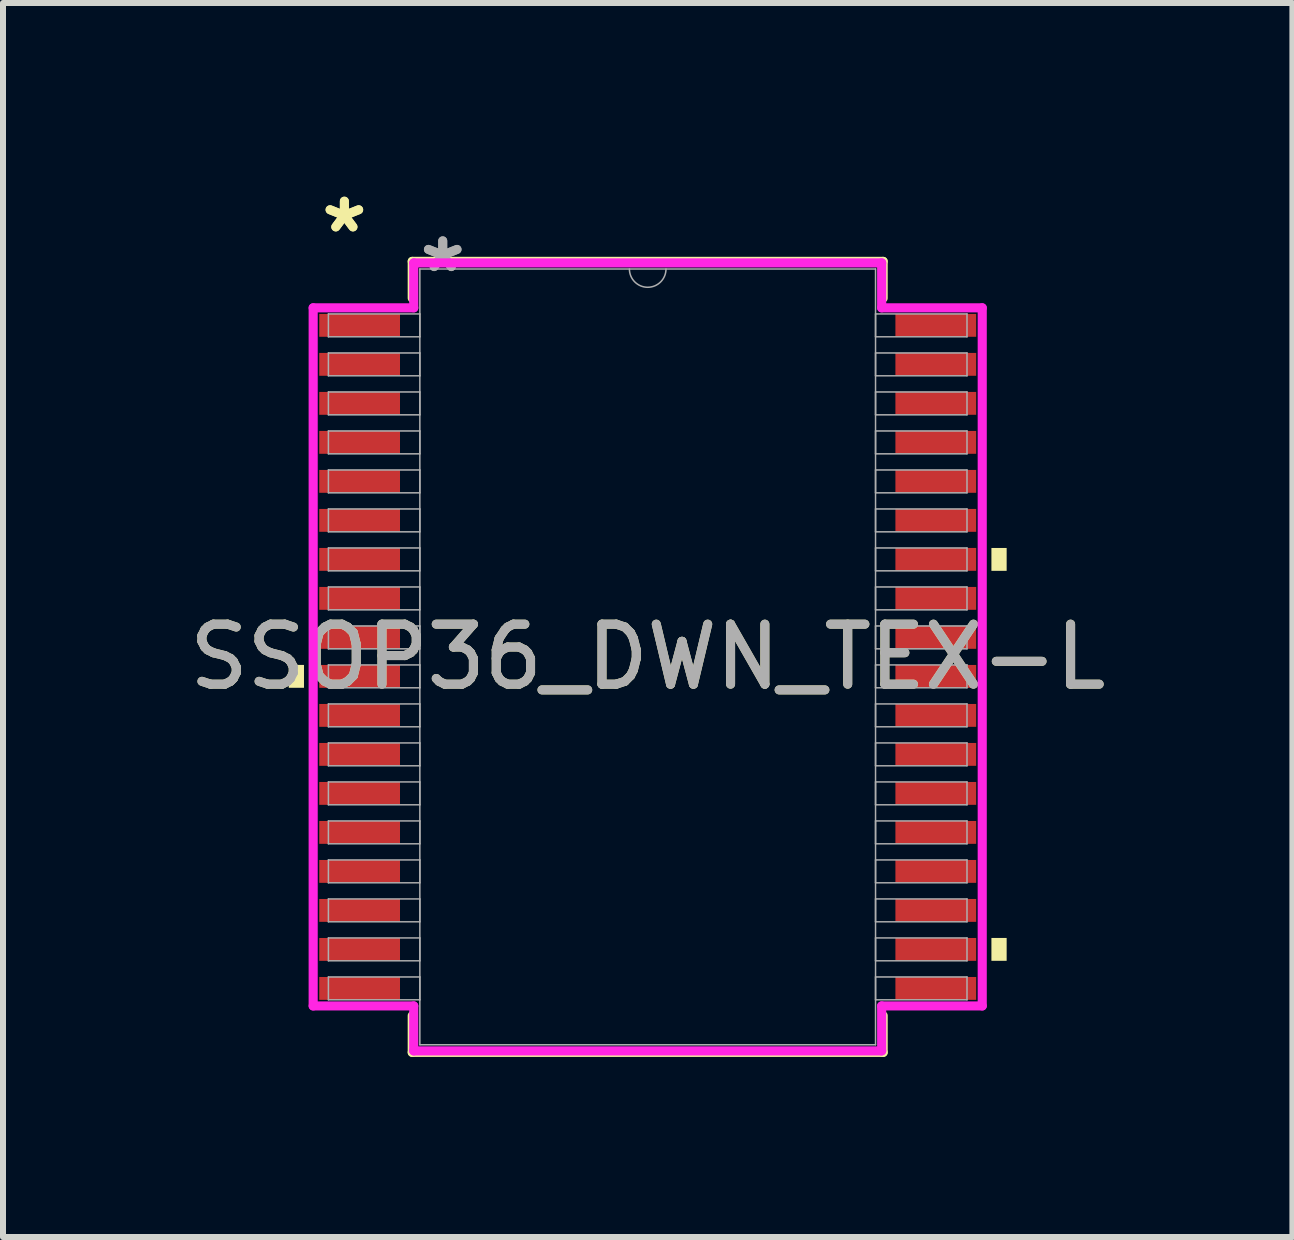
<source format=kicad_pcb>
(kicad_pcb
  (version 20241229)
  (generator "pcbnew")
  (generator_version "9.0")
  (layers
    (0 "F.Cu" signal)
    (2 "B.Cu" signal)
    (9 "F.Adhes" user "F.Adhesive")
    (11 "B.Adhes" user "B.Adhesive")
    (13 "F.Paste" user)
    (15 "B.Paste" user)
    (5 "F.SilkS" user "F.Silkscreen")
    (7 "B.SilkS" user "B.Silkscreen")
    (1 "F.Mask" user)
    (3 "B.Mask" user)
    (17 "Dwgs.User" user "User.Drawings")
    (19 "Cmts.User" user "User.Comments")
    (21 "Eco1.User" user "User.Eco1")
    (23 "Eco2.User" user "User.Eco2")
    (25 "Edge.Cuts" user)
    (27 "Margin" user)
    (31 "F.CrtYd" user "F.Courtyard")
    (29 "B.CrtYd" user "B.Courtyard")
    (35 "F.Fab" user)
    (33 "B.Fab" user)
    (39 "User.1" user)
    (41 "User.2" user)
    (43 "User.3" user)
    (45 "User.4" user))
  (footprint "SSOP36_DWN_TEX-L"
    (layer "F.Cu")
    (at 7.744 7.897)
    (property "Reference" "SSOP36_DWN_TEX-L" (at 0 0 0) (unlocked yes) (layer "F.SilkS") (effects (font (size 1 1) (thickness 0.15))))
    (attr smd)
    (fp_line (start -3.924 -6.591) (end -3.924 -5.979) (stroke (width 0.152) (type solid)) (layer "F.SilkS"))
    (fp_line (start -3.924 5.979) (end -3.924 6.591) (stroke (width 0.152) (type solid)) (layer "F.SilkS"))
    (fp_line (start -3.924 6.591) (end 3.924 6.591) (stroke (width 0.152) (type solid)) (layer "F.SilkS"))
    (fp_line (start 3.924 -6.591) (end -3.924 -6.591) (stroke (width 0.152) (type solid)) (layer "F.SilkS"))
    (fp_line (start 3.924 -5.979) (end 3.924 -6.591) (stroke (width 0.152) (type solid)) (layer "F.SilkS"))
    (fp_line (start 3.924 6.591) (end 3.924 5.979) (stroke (width 0.152) (type solid)) (layer "F.SilkS"))
    (fp_poly (pts (xy -5.982 0.134) (xy -5.982 0.515) (xy -5.728 0.515) (xy -5.728 0.134)) (stroke (width 0) (type solid)) (fill yes) (layer "F.SilkS"))
    (fp_poly (pts (xy 5.982 -1.815) (xy 5.982 -1.434) (xy 5.728 -1.434) (xy 5.728 -1.815)) (stroke (width 0) (type solid)) (fill yes) (layer "F.SilkS"))
    (fp_poly (pts (xy 5.982 4.684) (xy 5.982 5.065) (xy 5.728 5.065) (xy 5.728 4.684)) (stroke (width 0) (type solid)) (fill yes) (layer "F.SilkS"))
    (fp_line (start -5.575 -5.817) (end -3.899 -5.817) (stroke (width 0.152) (type solid)) (layer "F.CrtYd"))
    (fp_line (start -5.575 5.817) (end -5.575 -5.817) (stroke (width 0.152) (type solid)) (layer "F.CrtYd"))
    (fp_line (start -5.575 5.817) (end -3.899 5.817) (stroke (width 0.152) (type solid)) (layer "F.CrtYd"))
    (fp_line (start -3.899 -6.566) (end 3.899 -6.566) (stroke (width 0.152) (type solid)) (layer "F.CrtYd"))
    (fp_line (start -3.899 -5.817) (end -3.899 -6.566) (stroke (width 0.152) (type solid)) (layer "F.CrtYd"))
    (fp_line (start -3.899 6.566) (end -3.899 5.817) (stroke (width 0.152) (type solid)) (layer "F.CrtYd"))
    (fp_line (start 3.899 -6.566) (end 3.899 -5.817) (stroke (width 0.152) (type solid)) (layer "F.CrtYd"))
    (fp_line (start 3.899 5.817) (end 3.899 6.566) (stroke (width 0.152) (type solid)) (layer "F.CrtYd"))
    (fp_line (start 3.899 6.566) (end -3.899 6.566) (stroke (width 0.152) (type solid)) (layer "F.CrtYd"))
    (fp_line (start 5.575 -5.817) (end 3.899 -5.817) (stroke (width 0.152) (type solid)) (layer "F.CrtYd"))
    (fp_line (start 5.575 -5.817) (end 5.575 5.817) (stroke (width 0.152) (type solid)) (layer "F.CrtYd"))
    (fp_line (start 5.575 5.817) (end 3.899 5.817) (stroke (width 0.152) (type solid)) (layer "F.CrtYd"))
    (fp_line (start -5.321 -5.715) (end -5.321 -5.334) (stroke (width 0.025) (type solid)) (layer "F.Fab"))
    (fp_line (start -5.321 -5.334) (end -3.797 -5.334) (stroke (width 0.025) (type solid)) (layer "F.Fab"))
    (fp_line (start -5.321 -5.065) (end -5.321 -4.684) (stroke (width 0.025) (type solid)) (layer "F.Fab"))
    (fp_line (start -5.321 -4.684) (end -3.797 -4.684) (stroke (width 0.025) (type solid)) (layer "F.Fab"))
    (fp_line (start -5.321 -4.415) (end -5.321 -4.034) (stroke (width 0.025) (type solid)) (layer "F.Fab"))
    (fp_line (start -5.321 -4.034) (end -3.797 -4.034) (stroke (width 0.025) (type solid)) (layer "F.Fab"))
    (fp_line (start -5.321 -3.765) (end -5.321 -3.384) (stroke (width 0.025) (type solid)) (layer "F.Fab"))
    (fp_line (start -5.321 -3.384) (end -3.797 -3.384) (stroke (width 0.025) (type solid)) (layer "F.Fab"))
    (fp_line (start -5.321 -3.115) (end -5.321 -2.734) (stroke (width 0.025) (type solid)) (layer "F.Fab"))
    (fp_line (start -5.321 -2.734) (end -3.797 -2.734) (stroke (width 0.025) (type solid)) (layer "F.Fab"))
    (fp_line (start -5.321 -2.465) (end -5.321 -2.084) (stroke (width 0.025) (type solid)) (layer "F.Fab"))
    (fp_line (start -5.321 -2.084) (end -3.797 -2.084) (stroke (width 0.025) (type solid)) (layer "F.Fab"))
    (fp_line (start -5.321 -1.815) (end -5.321 -1.434) (stroke (width 0.025) (type solid)) (layer "F.Fab"))
    (fp_line (start -5.321 -1.434) (end -3.797 -1.434) (stroke (width 0.025) (type solid)) (layer "F.Fab"))
    (fp_line (start -5.321 -1.165) (end -5.321 -0.784) (stroke (width 0.025) (type solid)) (layer "F.Fab"))
    (fp_line (start -5.321 -0.784) (end -3.797 -0.784) (stroke (width 0.025) (type solid)) (layer "F.Fab"))
    (fp_line (start -5.321 -0.515) (end -5.321 -0.134) (stroke (width 0.025) (type solid)) (layer "F.Fab"))
    (fp_line (start -5.321 -0.134) (end -3.797 -0.134) (stroke (width 0.025) (type solid)) (layer "F.Fab"))
    (fp_line (start -5.321 0.134) (end -5.321 0.515) (stroke (width 0.025) (type solid)) (layer "F.Fab"))
    (fp_line (start -5.321 0.515) (end -3.797 0.515) (stroke (width 0.025) (type solid)) (layer "F.Fab"))
    (fp_line (start -5.321 0.784) (end -5.321 1.165) (stroke (width 0.025) (type solid)) (layer "F.Fab"))
    (fp_line (start -5.321 1.165) (end -3.797 1.165) (stroke (width 0.025) (type solid)) (layer "F.Fab"))
    (fp_line (start -5.321 1.434) (end -5.321 1.815) (stroke (width 0.025) (type solid)) (layer "F.Fab"))
    (fp_line (start -5.321 1.815) (end -3.797 1.815) (stroke (width 0.025) (type solid)) (layer "F.Fab"))
    (fp_line (start -5.321 2.084) (end -5.321 2.465) (stroke (width 0.025) (type solid)) (layer "F.Fab"))
    (fp_line (start -5.321 2.465) (end -3.797 2.465) (stroke (width 0.025) (type solid)) (layer "F.Fab"))
    (fp_line (start -5.321 2.734) (end -5.321 3.115) (stroke (width 0.025) (type solid)) (layer "F.Fab"))
    (fp_line (start -5.321 3.115) (end -3.797 3.115) (stroke (width 0.025) (type solid)) (layer "F.Fab"))
    (fp_line (start -5.321 3.384) (end -5.321 3.765) (stroke (width 0.025) (type solid)) (layer "F.Fab"))
    (fp_line (start -5.321 3.765) (end -3.797 3.765) (stroke (width 0.025) (type solid)) (layer "F.Fab"))
    (fp_line (start -5.321 4.034) (end -5.321 4.415) (stroke (width 0.025) (type solid)) (layer "F.Fab"))
    (fp_line (start -5.321 4.415) (end -3.797 4.415) (stroke (width 0.025) (type solid)) (layer "F.Fab"))
    (fp_line (start -5.321 4.684) (end -5.321 5.065) (stroke (width 0.025) (type solid)) (layer "F.Fab"))
    (fp_line (start -5.321 5.065) (end -3.797 5.065) (stroke (width 0.025) (type solid)) (layer "F.Fab"))
    (fp_line (start -5.321 5.334) (end -5.321 5.715) (stroke (width 0.025) (type solid)) (layer "F.Fab"))
    (fp_line (start -5.321 5.715) (end -3.797 5.715) (stroke (width 0.025) (type solid)) (layer "F.Fab"))
    (fp_line (start -3.797 -6.464) (end -3.797 6.464) (stroke (width 0.025) (type solid)) (layer "F.Fab"))
    (fp_line (start -3.797 -5.715) (end -5.321 -5.715) (stroke (width 0.025) (type solid)) (layer "F.Fab"))
    (fp_line (start -3.797 -5.334) (end -3.797 -5.715) (stroke (width 0.025) (type solid)) (layer "F.Fab"))
    (fp_line (start -3.797 -5.065) (end -5.321 -5.065) (stroke (width 0.025) (type solid)) (layer "F.Fab"))
    (fp_line (start -3.797 -4.684) (end -3.797 -5.065) (stroke (width 0.025) (type solid)) (layer "F.Fab"))
    (fp_line (start -3.797 -4.415) (end -5.321 -4.415) (stroke (width 0.025) (type solid)) (layer "F.Fab"))
    (fp_line (start -3.797 -4.034) (end -3.797 -4.415) (stroke (width 0.025) (type solid)) (layer "F.Fab"))
    (fp_line (start -3.797 -3.765) (end -5.321 -3.765) (stroke (width 0.025) (type solid)) (layer "F.Fab"))
    (fp_line (start -3.797 -3.384) (end -3.797 -3.765) (stroke (width 0.025) (type solid)) (layer "F.Fab"))
    (fp_line (start -3.797 -3.115) (end -5.321 -3.115) (stroke (width 0.025) (type solid)) (layer "F.Fab"))
    (fp_line (start -3.797 -2.734) (end -3.797 -3.115) (stroke (width 0.025) (type solid)) (layer "F.Fab"))
    (fp_line (start -3.797 -2.465) (end -5.321 -2.465) (stroke (width 0.025) (type solid)) (layer "F.Fab"))
    (fp_line (start -3.797 -2.084) (end -3.797 -2.465) (stroke (width 0.025) (type solid)) (layer "F.Fab"))
    (fp_line (start -3.797 -1.815) (end -5.321 -1.815) (stroke (width 0.025) (type solid)) (layer "F.Fab"))
    (fp_line (start -3.797 -1.434) (end -3.797 -1.815) (stroke (width 0.025) (type solid)) (layer "F.Fab"))
    (fp_line (start -3.797 -1.165) (end -5.321 -1.165) (stroke (width 0.025) (type solid)) (layer "F.Fab"))
    (fp_line (start -3.797 -0.784) (end -3.797 -1.165) (stroke (width 0.025) (type solid)) (layer "F.Fab"))
    (fp_line (start -3.797 -0.515) (end -5.321 -0.515) (stroke (width 0.025) (type solid)) (layer "F.Fab"))
    (fp_line (start -3.797 -0.134) (end -3.797 -0.515) (stroke (width 0.025) (type solid)) (layer "F.Fab"))
    (fp_line (start -3.797 0.134) (end -5.321 0.134) (stroke (width 0.025) (type solid)) (layer "F.Fab"))
    (fp_line (start -3.797 0.515) (end -3.797 0.134) (stroke (width 0.025) (type solid)) (layer "F.Fab"))
    (fp_line (start -3.797 0.784) (end -5.321 0.784) (stroke (width 0.025) (type solid)) (layer "F.Fab"))
    (fp_line (start -3.797 1.165) (end -3.797 0.784) (stroke (width 0.025) (type solid)) (layer "F.Fab"))
    (fp_line (start -3.797 1.434) (end -5.321 1.434) (stroke (width 0.025) (type solid)) (layer "F.Fab"))
    (fp_line (start -3.797 1.815) (end -3.797 1.434) (stroke (width 0.025) (type solid)) (layer "F.Fab"))
    (fp_line (start -3.797 2.084) (end -5.321 2.084) (stroke (width 0.025) (type solid)) (layer "F.Fab"))
    (fp_line (start -3.797 2.465) (end -3.797 2.084) (stroke (width 0.025) (type solid)) (layer "F.Fab"))
    (fp_line (start -3.797 2.734) (end -5.321 2.734) (stroke (width 0.025) (type solid)) (layer "F.Fab"))
    (fp_line (start -3.797 3.115) (end -3.797 2.734) (stroke (width 0.025) (type solid)) (layer "F.Fab"))
    (fp_line (start -3.797 3.384) (end -5.321 3.384) (stroke (width 0.025) (type solid)) (layer "F.Fab"))
    (fp_line (start -3.797 3.765) (end -3.797 3.384) (stroke (width 0.025) (type solid)) (layer "F.Fab"))
    (fp_line (start -3.797 4.034) (end -5.321 4.034) (stroke (width 0.025) (type solid)) (layer "F.Fab"))
    (fp_line (start -3.797 4.415) (end -3.797 4.034) (stroke (width 0.025) (type solid)) (layer "F.Fab"))
    (fp_line (start -3.797 4.684) (end -5.321 4.684) (stroke (width 0.025) (type solid)) (layer "F.Fab"))
    (fp_line (start -3.797 5.065) (end -3.797 4.684) (stroke (width 0.025) (type solid)) (layer "F.Fab"))
    (fp_line (start -3.797 5.334) (end -5.321 5.334) (stroke (width 0.025) (type solid)) (layer "F.Fab"))
    (fp_line (start -3.797 5.715) (end -3.797 5.334) (stroke (width 0.025) (type solid)) (layer "F.Fab"))
    (fp_line (start -3.797 6.464) (end 3.797 6.464) (stroke (width 0.025) (type solid)) (layer "F.Fab"))
    (fp_line (start 3.797 -6.464) (end -3.797 -6.464) (stroke (width 0.025) (type solid)) (layer "F.Fab"))
    (fp_line (start 3.797 -5.715) (end 3.797 -5.334) (stroke (width 0.025) (type solid)) (layer "F.Fab"))
    (fp_line (start 3.797 -5.334) (end 5.321 -5.334) (stroke (width 0.025) (type solid)) (layer "F.Fab"))
    (fp_line (start 3.797 -5.065) (end 3.797 -4.684) (stroke (width 0.025) (type solid)) (layer "F.Fab"))
    (fp_line (start 3.797 -4.684) (end 5.321 -4.684) (stroke (width 0.025) (type solid)) (layer "F.Fab"))
    (fp_line (start 3.797 -4.415) (end 3.797 -4.034) (stroke (width 0.025) (type solid)) (layer "F.Fab"))
    (fp_line (start 3.797 -4.034) (end 5.321 -4.034) (stroke (width 0.025) (type solid)) (layer "F.Fab"))
    (fp_line (start 3.797 -3.765) (end 3.797 -3.384) (stroke (width 0.025) (type solid)) (layer "F.Fab"))
    (fp_line (start 3.797 -3.384) (end 5.321 -3.384) (stroke (width 0.025) (type solid)) (layer "F.Fab"))
    (fp_line (start 3.797 -3.115) (end 3.797 -2.734) (stroke (width 0.025) (type solid)) (layer "F.Fab"))
    (fp_line (start 3.797 -2.734) (end 5.321 -2.734) (stroke (width 0.025) (type solid)) (layer "F.Fab"))
    (fp_line (start 3.797 -2.465) (end 3.797 -2.084) (stroke (width 0.025) (type solid)) (layer "F.Fab"))
    (fp_line (start 3.797 -2.084) (end 5.321 -2.084) (stroke (width 0.025) (type solid)) (layer "F.Fab"))
    (fp_line (start 3.797 -1.815) (end 3.797 -1.434) (stroke (width 0.025) (type solid)) (layer "F.Fab"))
    (fp_line (start 3.797 -1.434) (end 5.321 -1.434) (stroke (width 0.025) (type solid)) (layer "F.Fab"))
    (fp_line (start 3.797 -1.165) (end 3.797 -0.784) (stroke (width 0.025) (type solid)) (layer "F.Fab"))
    (fp_line (start 3.797 -0.784) (end 5.321 -0.784) (stroke (width 0.025) (type solid)) (layer "F.Fab"))
    (fp_line (start 3.797 -0.515) (end 3.797 -0.134) (stroke (width 0.025) (type solid)) (layer "F.Fab"))
    (fp_line (start 3.797 -0.134) (end 5.321 -0.134) (stroke (width 0.025) (type solid)) (layer "F.Fab"))
    (fp_line (start 3.797 0.134) (end 3.797 0.515) (stroke (width 0.025) (type solid)) (layer "F.Fab"))
    (fp_line (start 3.797 0.515) (end 5.321 0.515) (stroke (width 0.025) (type solid)) (layer "F.Fab"))
    (fp_line (start 3.797 0.784) (end 3.797 1.165) (stroke (width 0.025) (type solid)) (layer "F.Fab"))
    (fp_line (start 3.797 1.165) (end 5.321 1.165) (stroke (width 0.025) (type solid)) (layer "F.Fab"))
    (fp_line (start 3.797 1.434) (end 3.797 1.815) (stroke (width 0.025) (type solid)) (layer "F.Fab"))
    (fp_line (start 3.797 1.815) (end 5.321 1.815) (stroke (width 0.025) (type solid)) (layer "F.Fab"))
    (fp_line (start 3.797 2.084) (end 3.797 2.465) (stroke (width 0.025) (type solid)) (layer "F.Fab"))
    (fp_line (start 3.797 2.465) (end 5.321 2.465) (stroke (width 0.025) (type solid)) (layer "F.Fab"))
    (fp_line (start 3.797 2.734) (end 3.797 3.115) (stroke (width 0.025) (type solid)) (layer "F.Fab"))
    (fp_line (start 3.797 3.115) (end 5.321 3.115) (stroke (width 0.025) (type solid)) (layer "F.Fab"))
    (fp_line (start 3.797 3.384) (end 3.797 3.765) (stroke (width 0.025) (type solid)) (layer "F.Fab"))
    (fp_line (start 3.797 3.765) (end 5.321 3.765) (stroke (width 0.025) (type solid)) (layer "F.Fab"))
    (fp_line (start 3.797 4.034) (end 3.797 4.415) (stroke (width 0.025) (type solid)) (layer "F.Fab"))
    (fp_line (start 3.797 4.415) (end 5.321 4.415) (stroke (width 0.025) (type solid)) (layer "F.Fab"))
    (fp_line (start 3.797 4.684) (end 3.797 5.065) (stroke (width 0.025) (type solid)) (layer "F.Fab"))
    (fp_line (start 3.797 5.065) (end 5.321 5.065) (stroke (width 0.025) (type solid)) (layer "F.Fab"))
    (fp_line (start 3.797 5.334) (end 3.797 5.715) (stroke (width 0.025) (type solid)) (layer "F.Fab"))
    (fp_line (start 3.797 5.715) (end 5.321 5.715) (stroke (width 0.025) (type solid)) (layer "F.Fab"))
    (fp_line (start 3.797 6.464) (end 3.797 -6.464) (stroke (width 0.025) (type solid)) (layer "F.Fab"))
    (fp_line (start 5.321 -5.715) (end 3.797 -5.715) (stroke (width 0.025) (type solid)) (layer "F.Fab"))
    (fp_line (start 5.321 -5.334) (end 5.321 -5.715) (stroke (width 0.025) (type solid)) (layer "F.Fab"))
    (fp_line (start 5.321 -5.065) (end 3.797 -5.065) (stroke (width 0.025) (type solid)) (layer "F.Fab"))
    (fp_line (start 5.321 -4.684) (end 5.321 -5.065) (stroke (width 0.025) (type solid)) (layer "F.Fab"))
    (fp_line (start 5.321 -4.415) (end 3.797 -4.415) (stroke (width 0.025) (type solid)) (layer "F.Fab"))
    (fp_line (start 5.321 -4.034) (end 5.321 -4.415) (stroke (width 0.025) (type solid)) (layer "F.Fab"))
    (fp_line (start 5.321 -3.765) (end 3.797 -3.765) (stroke (width 0.025) (type solid)) (layer "F.Fab"))
    (fp_line (start 5.321 -3.384) (end 5.321 -3.765) (stroke (width 0.025) (type solid)) (layer "F.Fab"))
    (fp_line (start 5.321 -3.115) (end 3.797 -3.115) (stroke (width 0.025) (type solid)) (layer "F.Fab"))
    (fp_line (start 5.321 -2.734) (end 5.321 -3.115) (stroke (width 0.025) (type solid)) (layer "F.Fab"))
    (fp_line (start 5.321 -2.465) (end 3.797 -2.465) (stroke (width 0.025) (type solid)) (layer "F.Fab"))
    (fp_line (start 5.321 -2.084) (end 5.321 -2.465) (stroke (width 0.025) (type solid)) (layer "F.Fab"))
    (fp_line (start 5.321 -1.815) (end 3.797 -1.815) (stroke (width 0.025) (type solid)) (layer "F.Fab"))
    (fp_line (start 5.321 -1.434) (end 5.321 -1.815) (stroke (width 0.025) (type solid)) (layer "F.Fab"))
    (fp_line (start 5.321 -1.165) (end 3.797 -1.165) (stroke (width 0.025) (type solid)) (layer "F.Fab"))
    (fp_line (start 5.321 -0.784) (end 5.321 -1.165) (stroke (width 0.025) (type solid)) (layer "F.Fab"))
    (fp_line (start 5.321 -0.515) (end 3.797 -0.515) (stroke (width 0.025) (type solid)) (layer "F.Fab"))
    (fp_line (start 5.321 -0.134) (end 5.321 -0.515) (stroke (width 0.025) (type solid)) (layer "F.Fab"))
    (fp_line (start 5.321 0.134) (end 3.797 0.134) (stroke (width 0.025) (type solid)) (layer "F.Fab"))
    (fp_line (start 5.321 0.515) (end 5.321 0.134) (stroke (width 0.025) (type solid)) (layer "F.Fab"))
    (fp_line (start 5.321 0.784) (end 3.797 0.784) (stroke (width 0.025) (type solid)) (layer "F.Fab"))
    (fp_line (start 5.321 1.165) (end 5.321 0.784) (stroke (width 0.025) (type solid)) (layer "F.Fab"))
    (fp_line (start 5.321 1.434) (end 3.797 1.434) (stroke (width 0.025) (type solid)) (layer "F.Fab"))
    (fp_line (start 5.321 1.815) (end 5.321 1.434) (stroke (width 0.025) (type solid)) (layer "F.Fab"))
    (fp_line (start 5.321 2.084) (end 3.797 2.084) (stroke (width 0.025) (type solid)) (layer "F.Fab"))
    (fp_line (start 5.321 2.465) (end 5.321 2.084) (stroke (width 0.025) (type solid)) (layer "F.Fab"))
    (fp_line (start 5.321 2.734) (end 3.797 2.734) (stroke (width 0.025) (type solid)) (layer "F.Fab"))
    (fp_line (start 5.321 3.115) (end 5.321 2.734) (stroke (width 0.025) (type solid)) (layer "F.Fab"))
    (fp_line (start 5.321 3.384) (end 3.797 3.384) (stroke (width 0.025) (type solid)) (layer "F.Fab"))
    (fp_line (start 5.321 3.765) (end 5.321 3.384) (stroke (width 0.025) (type solid)) (layer "F.Fab"))
    (fp_line (start 5.321 4.034) (end 3.797 4.034) (stroke (width 0.025) (type solid)) (layer "F.Fab"))
    (fp_line (start 5.321 4.415) (end 5.321 4.034) (stroke (width 0.025) (type solid)) (layer "F.Fab"))
    (fp_line (start 5.321 4.684) (end 3.797 4.684) (stroke (width 0.025) (type solid)) (layer "F.Fab"))
    (fp_line (start 5.321 5.065) (end 5.321 4.684) (stroke (width 0.025) (type solid)) (layer "F.Fab"))
    (fp_line (start 5.321 5.334) (end 3.797 5.334) (stroke (width 0.025) (type solid)) (layer "F.Fab"))
    (fp_line (start 5.321 5.715) (end 5.321 5.334) (stroke (width 0.025) (type solid)) (layer "F.Fab"))
    (fp_arc (start 0.3048 -6.4643) (mid 0 -6.1595) (end -0.3048 -6.4643) (stroke (width 0.0254) (type solid)) (layer "F.Fab"))
    (fp_text user "*" (at -5.055 -7.049 0) (layer "F.SilkS") (effects (font (size 1 1) (thickness 0.15))))
    (fp_text user "*" (at -5.055 -7.049 0) (unlocked yes) (layer "F.SilkS") (effects (font (size 1 1) (thickness 0.15))))
    (fp_text user "*" (at -3.416 -6.388 0) (layer "F.Fab") (effects (font (size 1 1) (thickness 0.15))))
    (fp_text user "*" (at -3.416 -6.388 0) (unlocked yes) (layer "F.Fab") (effects (font (size 1 1) (thickness 0.15))))
    (fp_text user "${REFERENCE}" (at 0 0 0) (unlocked yes) (layer "F.Fab") (effects (font (size 1 1) (thickness 0.15))))
    (pad "1" smd rect (at -4.801 -5.525) (size 1.346 0.381) (layers "F.Cu" "F.Mask" "F.Paste"))
    (pad "2" smd rect (at -4.801 -4.875) (size 1.346 0.381) (layers "F.Cu" "F.Mask" "F.Paste"))
    (pad "3" smd rect (at -4.801 -4.225) (size 1.346 0.381) (layers "F.Cu" "F.Mask" "F.Paste"))
    (pad "4" smd rect (at -4.801 -3.575) (size 1.346 0.381) (layers "F.Cu" "F.Mask" "F.Paste"))
    (pad "5" smd rect (at -4.801 -2.925) (size 1.346 0.381) (layers "F.Cu" "F.Mask" "F.Paste"))
    (pad "6" smd rect (at -4.801 -2.275) (size 1.346 0.381) (layers "F.Cu" "F.Mask" "F.Paste"))
    (pad "7" smd rect (at -4.801 -1.625) (size 1.346 0.381) (layers "F.Cu" "F.Mask" "F.Paste"))
    (pad "8" smd rect (at -4.801 -0.975) (size 1.346 0.381) (layers "F.Cu" "F.Mask" "F.Paste"))
    (pad "9" smd rect (at -4.801 -0.325) (size 1.346 0.381) (layers "F.Cu" "F.Mask" "F.Paste"))
    (pad "10" smd rect (at -4.801 0.325) (size 1.346 0.381) (layers "F.Cu" "F.Mask" "F.Paste"))
    (pad "11" smd rect (at -4.801 0.975) (size 1.346 0.381) (layers "F.Cu" "F.Mask" "F.Paste"))
    (pad "12" smd rect (at -4.801 1.625) (size 1.346 0.381) (layers "F.Cu" "F.Mask" "F.Paste"))
    (pad "13" smd rect (at -4.801 2.275) (size 1.346 0.381) (layers "F.Cu" "F.Mask" "F.Paste"))
    (pad "14" smd rect (at -4.801 2.925) (size 1.346 0.381) (layers "F.Cu" "F.Mask" "F.Paste"))
    (pad "15" smd rect (at -4.801 3.575) (size 1.346 0.381) (layers "F.Cu" "F.Mask" "F.Paste"))
    (pad "16" smd rect (at -4.801 4.225) (size 1.346 0.381) (layers "F.Cu" "F.Mask" "F.Paste"))
    (pad "17" smd rect (at -4.801 4.875) (size 1.346 0.381) (layers "F.Cu" "F.Mask" "F.Paste"))
    (pad "18" smd rect (at -4.801 5.525) (size 1.346 0.381) (layers "F.Cu" "F.Mask" "F.Paste"))
    (pad "19" smd rect (at 4.801 5.525) (size 1.346 0.381) (layers "F.Cu" "F.Mask" "F.Paste"))
    (pad "20" smd rect (at 4.801 4.875) (size 1.346 0.381) (layers "F.Cu" "F.Mask" "F.Paste"))
    (pad "21" smd rect (at 4.801 4.225) (size 1.346 0.381) (layers "F.Cu" "F.Mask" "F.Paste"))
    (pad "22" smd rect (at 4.801 3.575) (size 1.346 0.381) (layers "F.Cu" "F.Mask" "F.Paste"))
    (pad "23" smd rect (at 4.801 2.925) (size 1.346 0.381) (layers "F.Cu" "F.Mask" "F.Paste"))
    (pad "24" smd rect (at 4.801 2.275) (size 1.346 0.381) (layers "F.Cu" "F.Mask" "F.Paste"))
    (pad "25" smd rect (at 4.801 1.625) (size 1.346 0.381) (layers "F.Cu" "F.Mask" "F.Paste"))
    (pad "26" smd rect (at 4.801 0.975) (size 1.346 0.381) (layers "F.Cu" "F.Mask" "F.Paste"))
    (pad "27" smd rect (at 4.801 0.325) (size 1.346 0.381) (layers "F.Cu" "F.Mask" "F.Paste"))
    (pad "28" smd rect (at 4.801 -0.325) (size 1.346 0.381) (layers "F.Cu" "F.Mask" "F.Paste"))
    (pad "29" smd rect (at 4.801 -0.975) (size 1.346 0.381) (layers "F.Cu" "F.Mask" "F.Paste"))
    (pad "30" smd rect (at 4.801 -1.625) (size 1.346 0.381) (layers "F.Cu" "F.Mask" "F.Paste"))
    (pad "31" smd rect (at 4.801 -2.275) (size 1.346 0.381) (layers "F.Cu" "F.Mask" "F.Paste"))
    (pad "32" smd rect (at 4.801 -2.925) (size 1.346 0.381) (layers "F.Cu" "F.Mask" "F.Paste"))
    (pad "33" smd rect (at 4.801 -3.575) (size 1.346 0.381) (layers "F.Cu" "F.Mask" "F.Paste"))
    (pad "34" smd rect (at 4.801 -4.225) (size 1.346 0.381) (layers "F.Cu" "F.Mask" "F.Paste"))
    (pad "35" smd rect (at 4.801 -4.875) (size 1.346 0.381) (layers "F.Cu" "F.Mask" "F.Paste"))
    (pad "36" smd rect (at 4.801 -5.525) (size 1.346 0.381) (layers "F.Cu" "F.Mask" "F.Paste")))
  (gr_rect
    (start -3 -3)
    (end 18.488 17.565)
    (stroke (width 0.1) (type default))
    (fill no)
    (layer "Edge.Cuts")))
</source>
